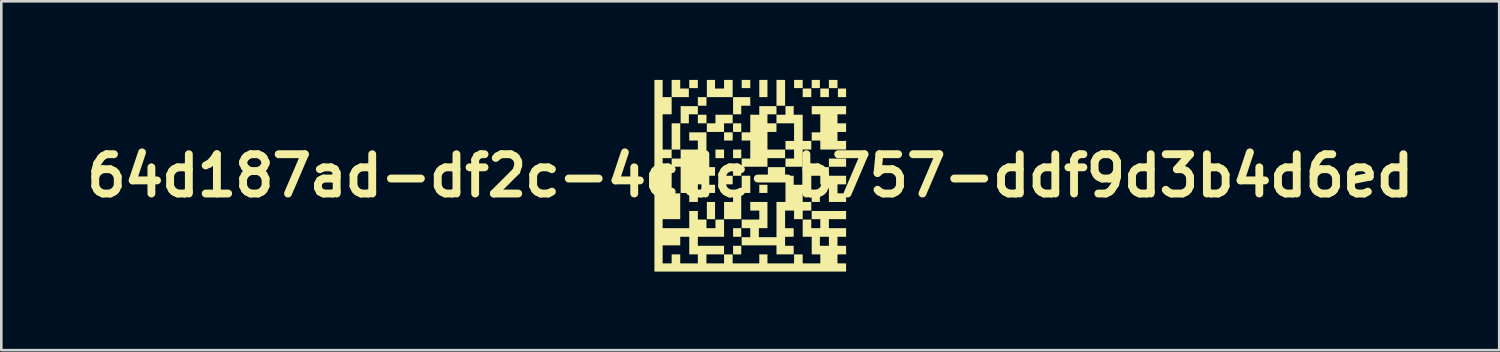
<source format=kicad_pcb>
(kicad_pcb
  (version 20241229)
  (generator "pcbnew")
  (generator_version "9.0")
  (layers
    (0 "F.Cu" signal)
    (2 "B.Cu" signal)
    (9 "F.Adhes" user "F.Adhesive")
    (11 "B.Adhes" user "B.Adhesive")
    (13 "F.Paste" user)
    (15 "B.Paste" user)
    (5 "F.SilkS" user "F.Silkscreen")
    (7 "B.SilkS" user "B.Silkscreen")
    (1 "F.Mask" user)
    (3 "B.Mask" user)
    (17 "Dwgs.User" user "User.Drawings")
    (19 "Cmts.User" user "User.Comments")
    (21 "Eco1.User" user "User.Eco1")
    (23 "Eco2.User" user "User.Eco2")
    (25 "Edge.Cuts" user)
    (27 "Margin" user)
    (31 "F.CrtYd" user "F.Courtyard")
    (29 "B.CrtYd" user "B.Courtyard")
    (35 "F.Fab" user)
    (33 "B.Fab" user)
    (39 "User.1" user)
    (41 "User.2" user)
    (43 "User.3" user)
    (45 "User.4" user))
  (footprint "64d187ad-df2c-4cdc-b757-ddf9d3b4d6ed"
    (layer "F.Cu")
    (at 25.586 3.658)
    (property "Reference" "64d187ad-df2c-4cdc-b757-ddf9d3b4d6ed" (at 0 0 0) (layer "F.SilkS") (effects (font (size 1.5 1.5) (thickness 0.3))))
    (attr board_only exclude_from_pos_files exclude_from_bom)
    (fp_poly (pts (xy -2.001 -3.501) (xy -2.001 -3.345) (xy -2.165 -3.345) (xy -2.329 -3.345) (xy -2.329 -3.501) (xy -2.329 -3.658) (xy -2.165 -3.658) (xy -2.001 -3.658)) (stroke (width 0) (type solid)) (fill yes) (layer "F.SilkS"))
    (fp_poly (pts (xy -1.672 -2.837) (xy -1.672 -2.673) (xy -1.837 -2.673) (xy -2.001 -2.673) (xy -2.001 -2.837) (xy -2.001 -3.001) (xy -1.837 -3.001) (xy -1.672 -3.001)) (stroke (width 0) (type solid)) (fill yes) (layer "F.SilkS"))
    (fp_poly (pts (xy -1.672 -2.165) (xy -1.672 -2.001) (xy -1.837 -2.001) (xy -2.001 -2.001) (xy -2.001 -2.165) (xy -2.001 -2.329) (xy -1.837 -2.329) (xy -1.672 -2.329)) (stroke (width 0) (type solid)) (fill yes) (layer "F.SilkS"))
    (fp_poly (pts (xy -1.344 0.5) (xy -1.344 0.656) (xy -1.501 0.656) (xy -1.657 0.656) (xy -1.657 0.5) (xy -1.657 0.344) (xy -1.501 0.344) (xy -1.344 0.344)) (stroke (width 0) (type solid)) (fill yes) (layer "F.SilkS"))
    (fp_poly (pts (xy -1.344 1.329) (xy -1.344 1.657) (xy -1.501 1.657) (xy -1.657 1.657) (xy -1.657 1.329) (xy -1.657 1) (xy -1.501 1) (xy -1.344 1)) (stroke (width 0) (type solid)) (fill yes) (layer "F.SilkS"))
    (fp_poly (pts (xy -1 -0.836) (xy -1 -0.672) (xy -1.164 -0.672) (xy -1.329 -0.672) (xy -1.329 -0.836) (xy -1.329 -1) (xy -1.164 -1) (xy -1 -1)) (stroke (width 0) (type solid)) (fill yes) (layer "F.SilkS"))
    (fp_poly (pts (xy -0.672 -1.501) (xy -0.672 -1.344) (xy -0.836 -1.344) (xy -1 -1.344) (xy -1 -1.501) (xy -1 -1.657) (xy -0.836 -1.657) (xy -0.672 -1.657)) (stroke (width 0) (type solid)) (fill yes) (layer "F.SilkS"))
    (fp_poly (pts (xy -0.672 0.164) (xy -0.672 0.328) (xy -0.836 0.328) (xy -1 0.328) (xy -1 0.164) (xy -1 -0.000001) (xy -0.836 -0.000001) (xy -0.672 -0.000001)) (stroke (width 0) (type solid)) (fill yes) (layer "F.SilkS"))
    (fp_poly (pts (xy -0.344 -1.837) (xy -0.344 -1.672) (xy -0.5 -1.672) (xy -0.656 -1.672) (xy -0.656 -1.837) (xy -0.656 -2.001) (xy -0.5 -2.001) (xy -0.344 -2.001)) (stroke (width 0) (type solid)) (fill yes) (layer "F.SilkS"))
    (fp_poly (pts (xy -0.344 -0.836) (xy -0.344 -0.672) (xy -0.5 -0.672) (xy -0.656 -0.672) (xy -0.656 -0.836) (xy -0.656 -1) (xy -0.5 -1) (xy -0.344 -1)) (stroke (width 0) (type solid)) (fill yes) (layer "F.SilkS"))
    (fp_poly (pts (xy -0.344 -0.164) (xy -0.344 -0.000001) (xy -0.5 -0.000001) (xy -0.656 -0.000001) (xy -0.656 -0.164) (xy -0.656 -0.328) (xy -0.5 -0.328) (xy -0.344 -0.328)) (stroke (width 0) (type solid)) (fill yes) (layer "F.SilkS"))
    (fp_poly (pts (xy -0.344 2.165) (xy -0.344 2.329) (xy -0.5 2.329) (xy -0.656 2.329) (xy -0.656 2.165) (xy -0.656 2.001) (xy -0.5 2.001) (xy -0.344 2.001)) (stroke (width 0) (type solid)) (fill yes) (layer "F.SilkS"))
    (fp_poly (pts (xy -0.344 2.837) (xy -0.344 3.001) (xy -0.5 3.001) (xy -0.656 3.001) (xy -0.656 2.837) (xy -0.656 2.673) (xy -0.5 2.673) (xy -0.344 2.673)) (stroke (width 0) (type solid)) (fill yes) (layer "F.SilkS"))
    (fp_poly (pts (xy -0.000001 -3.501) (xy -0.000001 -3.345) (xy -0.164 -3.345) (xy -0.328 -3.345) (xy -0.328 -3.501) (xy -0.328 -3.658) (xy -0.164 -3.658) (xy -0.000001 -3.658)) (stroke (width 0) (type solid)) (fill yes) (layer "F.SilkS"))
    (fp_poly (pts (xy -0.000001 0.328) (xy -0.000001 0.656) (xy -0.164 0.656) (xy -0.328 0.656) (xy -0.328 0.328) (xy -0.328 -0.000001) (xy -0.164 -0.000001) (xy -0.000001 -0.000001)) (stroke (width 0) (type solid)) (fill yes) (layer "F.SilkS"))
    (fp_poly (pts (xy 0.656 -3.329) (xy 0.656 -3.001) (xy 0.5 -3.001) (xy 0.344 -3.001) (xy 0.344 -3.329) (xy 0.344 -3.658) (xy 0.5 -3.658) (xy 0.656 -3.658)) (stroke (width 0) (type solid)) (fill yes) (layer "F.SilkS"))
    (fp_poly (pts (xy 0.656 0.5) (xy 0.656 0.656) (xy 0.5 0.656) (xy 0.344 0.656) (xy 0.344 0.5) (xy 0.344 0.344) (xy 0.5 0.344) (xy 0.656 0.344)) (stroke (width 0) (type solid)) (fill yes) (layer "F.SilkS"))
    (fp_poly (pts (xy 1.329 -3.165) (xy 1.329 -2.673) (xy 1.164 -2.673) (xy 1 -2.673) (xy 1 -3.165) (xy 1 -3.658) (xy 1.164 -3.658) (xy 1.329 -3.658)) (stroke (width 0) (type solid)) (fill yes) (layer "F.SilkS"))
    (fp_poly (pts (xy 1.329 -0.164) (xy 1.329 -0.000001) (xy 1 -0.000001) (xy 0.672 -0.000001) (xy 0.672 -0.164) (xy 0.672 -0.328) (xy 1 -0.328) (xy 1.329 -0.328)) (stroke (width 0) (type solid)) (fill yes) (layer "F.SilkS"))
    (fp_poly (pts (xy 2.001 -3.501) (xy 2.001 -3.345) (xy 1.837 -3.345) (xy 1.672 -3.345) (xy 1.672 -3.501) (xy 1.672 -3.658) (xy 1.837 -3.658) (xy 2.001 -3.658)) (stroke (width 0) (type solid)) (fill yes) (layer "F.SilkS"))
    (fp_poly (pts (xy 2.329 -3.165) (xy 2.329 -3.001) (xy 2.165 -3.001) (xy 2.001 -3.001) (xy 2.001 -3.165) (xy 2.001 -3.329) (xy 2.165 -3.329) (xy 2.329 -3.329)) (stroke (width 0) (type solid)) (fill yes) (layer "F.SilkS"))
    (fp_poly (pts (xy 2.657 -3.501) (xy 2.657 -3.345) (xy 2.501 -3.345) (xy 2.345 -3.345) (xy 2.345 -3.501) (xy 2.345 -3.658) (xy 2.501 -3.658) (xy 2.657 -3.658)) (stroke (width 0) (type solid)) (fill yes) (layer "F.SilkS"))
    (fp_poly (pts (xy 2.657 0.836) (xy 2.657 1) (xy 2.501 1) (xy 2.345 1) (xy 2.345 0.836) (xy 2.345 0.672) (xy 2.501 0.672) (xy 2.657 0.672)) (stroke (width 0) (type solid)) (fill yes) (layer "F.SilkS"))
    (fp_poly (pts (xy 3.001 -3.165) (xy 3.001 -3.001) (xy 2.837 -3.001) (xy 2.673 -3.001) (xy 2.673 -3.165) (xy 2.673 -3.329) (xy 2.837 -3.329) (xy 3.001 -3.329)) (stroke (width 0) (type solid)) (fill yes) (layer "F.SilkS"))
    (fp_poly (pts (xy 3.329 -3.501) (xy 3.329 -3.345) (xy 3.165 -3.345) (xy 3.001 -3.345) (xy 3.001 -3.501) (xy 3.001 -3.658) (xy 3.165 -3.658) (xy 3.329 -3.658)) (stroke (width 0) (type solid)) (fill yes) (layer "F.SilkS"))
    (fp_poly (pts (xy 3.658 -3.165) (xy 3.658 -3.001) (xy 3.501 -3.001) (xy 3.345 -3.001) (xy 3.345 -3.165) (xy 3.345 -3.329) (xy 3.501 -3.329) (xy 3.658 -3.329)) (stroke (width 0) (type solid)) (fill yes) (layer "F.SilkS"))
    (fp_poly (pts (xy 3.658 -0.5) (xy 3.658 -0.344) (xy 3.329 -0.344) (xy 3.001 -0.344) (xy 3.001 -0.5) (xy 3.001 -0.656) (xy 3.329 -0.656) (xy 3.658 -0.656)) (stroke (width 0) (type solid)) (fill yes) (layer "F.SilkS"))
    (fp_poly (pts (xy -2.001 -2.501) (xy -2.001 -2.345) (xy -2.173 -2.345) (xy -2.345 -2.345) (xy -2.345 -2.173) (xy -2.345 -2.001) (xy -2.501 -2.001) (xy -2.657 -2.001) (xy -2.657 -2.329) (xy -2.657 -2.657) (xy -2.329 -2.657) (xy -2.001 -2.657)) (stroke (width 0) (type solid)) (fill yes) (layer "F.SilkS"))
    (fp_poly (pts (xy -0.344 1.164) (xy -0.344 1.657) (xy -0.672 1.657) (xy -1 1.657) (xy -1 1.329) (xy -1 1) (xy -0.828 1) (xy -0.656 1) (xy -0.656 0.836) (xy -0.656 0.672) (xy -0.5 0.672) (xy -0.344 0.672)) (stroke (width 0) (type solid)) (fill yes) (layer "F.SilkS"))
    (fp_poly (pts (xy -0.000001 -2.837) (xy -0.000001 -2.673) (xy -0.172 -2.673) (xy -0.344 -2.673) (xy -0.344 -2.509) (xy -0.344 -2.345) (xy -0.5 -2.345) (xy -0.656 -2.345) (xy -0.656 -2.673) (xy -0.656 -3.001) (xy -0.328 -3.001) (xy -0.000001 -3.001)) (stroke (width 0) (type solid)) (fill yes) (layer "F.SilkS"))
    (fp_poly (pts (xy -1.344 -3.493) (xy -1.344 -3.329) (xy -1.172 -3.329) (xy -1 -3.329) (xy -1 -3.493) (xy -1 -3.658) (xy -0.836 -3.658) (xy -0.672 -3.658) (xy -0.672 -3.329) (xy -0.672 -3.001) (xy -1.164 -3.001) (xy -1.657 -3.001) (xy -1.657 -3.329) (xy -1.657 -3.658) (xy -1.501 -3.658) (xy -1.344 -3.658)) (stroke (width 0) (type solid)) (fill yes) (layer "F.SilkS"))
    (fp_poly (pts (xy -0.672 -2.165) (xy -0.672 -2.001) (xy -0.836 -2.001) (xy -1 -2.001) (xy -1 -1.837) (xy -1 -1.672) (xy -1.329 -1.672) (xy -1.657 -1.672) (xy -1.657 -1.837) (xy -1.657 -2.001) (xy -1.493 -2.001) (xy -1.329 -2.001) (xy -1.329 -2.165) (xy -1.329 -2.329) (xy -1 -2.329) (xy -0.672 -2.329)) (stroke (width 0) (type solid)) (fill yes) (layer "F.SilkS"))
    (fp_poly (pts (xy 3.658 -2.501) (xy 3.658 -2.345) (xy 3.493 -2.345) (xy 3.329 -2.345) (xy 3.329 -2.173) (xy 3.329 -2.001) (xy 3.493 -2.001) (xy 3.658 -2.001) (xy 3.658 -1.837) (xy 3.658 -1.672) (xy 3.493 -1.672) (xy 3.329 -1.672) (xy 3.329 -1.501) (xy 3.329 -1.329) (xy 3.493 -1.329) (xy 3.658 -1.329) (xy 3.658 -1.164) (xy 3.658 -1) (xy 3.165 -1) (xy 2.673 -1) (xy 2.673 -1.172) (xy 2.673 -1.344) (xy 2.509 -1.344) (xy 2.345 -1.344) (xy 2.345 -1.501) (xy 2.345 -1.657) (xy 2.509 -1.657) (xy 2.673 -1.657) (xy 2.673 -2.001) (xy 2.673 -2.345) (xy 2.509 -2.345) (xy 2.345 -2.345) (xy 2.345 -2.501) (xy 2.345 -2.657) (xy 3.001 -2.657) (xy 3.658 -2.657)) (stroke (width 0) (type solid)) (fill yes) (layer "F.SilkS"))
    (fp_poly (pts (xy -1.672 -0.993) (xy -1.672 -0.328) (xy -1.508 -0.328) (xy -1.344 -0.328) (xy -1.344 -0.164) (xy -1.344 -0.000001) (xy -1.508 -0.000001) (xy -1.672 -0.000001) (xy -1.672 0.164) (xy -1.672 0.328) (xy -1.837 0.328) (xy -2.001 0.328) (xy -2.001 0.664) (xy -2.001 1) (xy -2.165 1) (xy -2.329 1) (xy -2.329 0.828) (xy -2.329 0.656) (xy -2.493 0.656) (xy -2.657 0.656) (xy -2.657 0.156) (xy -2.657 -0.344) (xy -2.829 -0.344) (xy -3.001 -0.344) (xy -3.001 -0.5) (xy -3.001 -0.656) (xy -2.829 -0.656) (xy -2.657 -0.656) (xy -2.657 -0.828) (xy -2.657 -1) (xy -2.329 -1) (xy -2.001 -1) (xy -2.001 -1.172) (xy -2.001 -1.344) (xy -2.165 -1.344) (xy -2.329 -1.344) (xy -2.329 -1.501) (xy -2.329 -1.657) (xy -2.001 -1.657) (xy -1.672 -1.657)) (stroke (width 0) (type solid)) (fill yes) (layer "F.SilkS"))
    (fp_poly (pts (xy 1 -2.501) (xy 1 -2.345) (xy 0.828 -2.345) (xy 0.656 -2.345) (xy 0.656 -2.173) (xy 0.656 -2.001) (xy 0.828 -2.001) (xy 1 -2.001) (xy 1 -2.165) (xy 1 -2.329) (xy 1.172 -2.329) (xy 1.344 -2.329) (xy 1.344 -2.493) (xy 1.344 -2.657) (xy 1.501 -2.657) (xy 1.657 -2.657) (xy 1.657 -2.493) (xy 1.657 -2.329) (xy 1.829 -2.329) (xy 2.001 -2.329) (xy 2.001 -1.829) (xy 2.001 -1.329) (xy 2.165 -1.329) (xy 2.329 -1.329) (xy 2.329 -1.164) (xy 2.329 -1) (xy 2.165 -1) (xy 2.001 -1) (xy 2.001 -0.672) (xy 2.001 -0.344) (xy 1.672 -0.344) (xy 1.344 -0.344) (xy 1.344 -0.5) (xy 1.344 -0.656) (xy 1.508 -0.656) (xy 1.672 -0.656) (xy 1.672 -0.828) (xy 1.672 -1) (xy 1.508 -1) (xy 1.344 -1) (xy 1.344 -1.164) (xy 1.344 -1.329) (xy 1.508 -1.329) (xy 1.672 -1.329) (xy 1.672 -1.665) (xy 1.672 -2.001) (xy 1.336 -2.001) (xy 1 -2.001) (xy 1 -1.837) (xy 1 -1.672) (xy 0.828 -1.672) (xy 0.656 -1.672) (xy 0.656 -1.336) (xy 0.656 -1) (xy 0.993 -1) (xy 1.329 -1) (xy 1.329 -0.836) (xy 1.329 -0.672) (xy 0.993 -0.672) (xy 0.656 -0.672) (xy 0.656 -0.508) (xy 0.656 -0.344) (xy 0.164 -0.344) (xy -0.328 -0.344) (xy -0.328 -0.5) (xy -0.328 -0.656) (xy -0.164 -0.656) (xy -0.000001 -0.656) (xy -0.000001 -1) (xy -0.000001 -1.344) (xy -0.164 -1.344) (xy -0.328 -1.344) (xy -0.328 -1.501) (xy -0.328 -1.657) (xy -0.164 -1.657) (xy -0.000001 -1.657) (xy -0.000001 -1.993) (xy -0.000001 -2.329) (xy 0.172 -2.329) (xy 0.344 -2.329) (xy 0.344 -2.493) (xy 0.344 -2.657) (xy 0.672 -2.657) (xy 1 -2.657)) (stroke (width 0) (type solid)) (fill yes) (layer "F.SilkS"))
    (fp_poly (pts (xy 3.001 -0.164) (xy 3.001 -0.000001) (xy 3.329 -0.000001) (xy 3.658 -0.000001) (xy 3.658 0.164) (xy 3.658 0.328) (xy 3.493 0.328) (xy 3.329 0.328) (xy 3.329 0.5) (xy 3.329 0.672) (xy 3.493 0.672) (xy 3.658 0.672) (xy 3.658 0.836) (xy 3.658 1) (xy 3.329 1) (xy 3.001 1) (xy 3.001 0.664) (xy 3.001 0.328) (xy 2.837 0.328) (xy 2.673 0.328) (xy 2.673 0.164) (xy 2.673 -0.000001) (xy 2.501 -0.000001) (xy 2.329 -0.000001) (xy 2.329 0.328) (xy 2.329 0.656) (xy 2.165 0.656) (xy 2.001 0.656) (xy 2.001 0.828) (xy 2.001 1) (xy 2.165 1) (xy 2.329 1) (xy 2.329 1.164) (xy 2.329 1.329) (xy 2.165 1.329) (xy 2.001 1.329) (xy 2.001 1.493) (xy 2.001 1.657) (xy 1.837 1.657) (xy 1.672 1.657) (xy 1.672 1.493) (xy 1.672 1.329) (xy 1.501 1.329) (xy 1.329 1.329) (xy 1.329 1.665) (xy 1.329 2.001) (xy 1.493 2.001) (xy 1.657 2.001) (xy 1.657 2.165) (xy 1.657 2.329) (xy 1.493 2.329) (xy 1.329 2.329) (xy 1.329 2.501) (xy 1.329 2.673) (xy 1.493 2.673) (xy 1.657 2.673) (xy 1.657 2.837) (xy 1.657 3.001) (xy 1.329 3.001) (xy 1 3.001) (xy 1 2.829) (xy 1 2.657) (xy 0.336 2.657) (xy -0.328 2.657) (xy -0.328 2.501) (xy -0.328 2.345) (xy -0.164 2.345) (xy -0.000001 2.345) (xy -0.000001 2.173) (xy -0.000001 2.001) (xy -0.164 2.001) (xy -0.328 2.001) (xy -0.328 1.837) (xy -0.328 1.672) (xy 0.008 1.672) (xy 0.344 1.672) (xy 0.344 1.501) (xy 0.344 1.329) (xy 0.172 1.329) (xy -0.000001 1.329) (xy -0.000001 1.164) (xy -0.000001 1) (xy 0.328 1) (xy 0.656 1) (xy 0.656 1.501) (xy 0.656 2.001) (xy 0.492 2.001) (xy 0.328 2.001) (xy 0.328 2.173) (xy 0.328 2.345) (xy 0.664 2.345) (xy 1 2.345) (xy 1 1.672) (xy 1 1) (xy 1.172 1) (xy 1.344 1) (xy 1.344 0.5) (xy 1.344 -0.000001) (xy 1.501 -0.000001) (xy 1.657 -0.000001) (xy 1.657 0.172) (xy 1.657 0.344) (xy 1.829 0.344) (xy 2.001 0.344) (xy 2.001 0.008) (xy 2.001 -0.328) (xy 2.501 -0.328) (xy 3.001 -0.328)) (stroke (width 0) (type solid)) (fill yes) (layer "F.SilkS"))
    (fp_poly (pts (xy -3.345 -3.329) (xy -3.345 -3.001) (xy -3.173 -3.001) (xy -3.001 -3.001) (xy -3.001 -3.329) (xy -3.001 -3.658) (xy -2.837 -3.658) (xy -2.673 -3.658) (xy -2.673 -3.493) (xy -2.673 -3.329) (xy -2.509 -3.329) (xy -2.345 -3.329) (xy -2.345 -3.165) (xy -2.345 -3.001) (xy -2.673 -3.001) (xy -3.001 -3.001) (xy -3.001 -2.673) (xy -3.001 -2.345) (xy -3.173 -2.345) (xy -3.345 -2.345) (xy -3.345 -1.672) (xy -3.345 -1) (xy -3.173 -1) (xy -3.001 -1) (xy -3.001 -1.501) (xy -3.001 -2.001) (xy -2.837 -2.001) (xy -2.673 -2.001) (xy -2.673 -1.501) (xy -2.673 -1) (xy -2.837 -1) (xy -3.001 -1) (xy -3.001 -0.836) (xy -3.001 -0.672) (xy -3.173 -0.672) (xy -3.345 -0.672) (xy -3.345 -0.5) (xy -3.345 -0.328) (xy -3.173 -0.328) (xy -3.001 -0.328) (xy -3.001 0.172) (xy -3.001 0.672) (xy -2.837 0.672) (xy -2.673 0.672) (xy -2.673 1.164) (xy -2.673 1.657) (xy -3.009 1.657) (xy -3.345 1.657) (xy -3.345 1.829) (xy -3.345 2.001) (xy -2.837 2.001) (xy -2.329 2.001) (xy -2.329 1.672) (xy -2.329 1.344) (xy -2.165 1.344) (xy -2.001 1.344) (xy -2.001 1.508) (xy -2.001 1.672) (xy -1.837 1.672) (xy -1.672 1.672) (xy -1.672 1.837) (xy -1.672 2.001) (xy -1.501 2.001) (xy -1.329 2.001) (xy -1.329 1.837) (xy -1.329 1.672) (xy -1.164 1.672) (xy -1 1.672) (xy -1 2.001) (xy -1 2.329) (xy -1.501 2.329) (xy -2.001 2.329) (xy -2.001 2.501) (xy -2.001 2.673) (xy -1.501 2.673) (xy -1 2.673) (xy -1 2.837) (xy -1 3.001) (xy -1.336 3.001) (xy -1.672 3.001) (xy -1.672 3.173) (xy -1.672 3.345) (xy -1.336 3.345) (xy -1 3.345) (xy -1 3.173) (xy -1 3.001) (xy -0.836 3.001) (xy -0.672 3.001) (xy -0.672 3.173) (xy -0.672 3.345) (xy -0.164 3.345) (xy 0.344 3.345) (xy 0.344 3.173) (xy 0.344 3.001) (xy 0.5 3.001) (xy 0.656 3.001) (xy 0.656 3.173) (xy 0.656 3.345) (xy 1.164 3.345) (xy 1.672 3.345) (xy 1.672 3.173) (xy 1.672 3.001) (xy 1.837 3.001) (xy 2.001 3.001) (xy 2.001 3.173) (xy 2.001 3.345) (xy 2.337 3.345) (xy 2.673 3.345) (xy 2.673 3.173) (xy 2.673 3.001) (xy 2.509 3.001) (xy 2.345 3.001) (xy 2.345 2.665) (xy 2.345 2.501) (xy 2.657 2.501) (xy 2.657 2.673) (xy 2.829 2.673) (xy 3.001 2.673) (xy 3.001 2.501) (xy 3.001 2.329) (xy 2.829 2.329) (xy 2.657 2.329) (xy 2.657 2.501) (xy 2.345 2.501) (xy 2.345 2.329) (xy 2.173 2.329) (xy 2.001 2.329) (xy 2.001 2.001) (xy 2.001 1.672) (xy 2.165 1.672) (xy 2.329 1.672) (xy 2.329 1.837) (xy 2.329 2.001) (xy 2.501 2.001) (xy 2.673 2.001) (xy 2.673 1.829) (xy 2.673 1.657) (xy 2.509 1.657) (xy 2.345 1.657) (xy 2.345 1.501) (xy 2.345 1.344) (xy 3.001 1.344) (xy 3.658 1.344) (xy 3.658 1.501) (xy 3.658 1.657) (xy 3.329 1.657) (xy 3.001 1.657) (xy 3.001 1.829) (xy 3.001 2.001) (xy 3.329 2.001) (xy 3.658 2.001) (xy 3.658 2.165) (xy 3.658 2.329) (xy 3.493 2.329) (xy 3.329 2.329) (xy 3.329 2.501) (xy 3.329 2.673) (xy 3.493 2.673) (xy 3.658 2.673) (xy 3.658 2.837) (xy 3.658 3.001) (xy 3.493 3.001) (xy 3.329 3.001) (xy 3.329 3.173) (xy 3.329 3.345) (xy 3.493 3.345) (xy 3.658 3.345) (xy 3.658 3.501) (xy 3.658 3.658) (xy -0.000001 3.658) (xy -3.658 3.658) (xy -3.658 2.657) (xy -3.345 2.657) (xy -3.345 3.001) (xy -3.345 3.345) (xy -3.173 3.345) (xy -3.001 3.345) (xy -3.001 3.173) (xy -3.001 3.001) (xy -2.837 3.001) (xy -2.673 3.001) (xy -2.673 3.173) (xy -2.673 3.345) (xy -2.337 3.345) (xy -2.001 3.345) (xy -2.001 3.173) (xy -2.001 3.001) (xy -2.165 3.001) (xy -2.329 3.001) (xy -2.329 2.665) (xy -2.329 2.329) (xy -2.501 2.329) (xy -2.673 2.329) (xy -2.673 2.493) (xy -2.673 2.657) (xy -3.009 2.657) (xy -3.345 2.657) (xy -3.658 2.657) (xy -3.658 -0.000001) (xy -3.658 -3.658) (xy -3.501 -3.658) (xy -3.345 -3.658)) (stroke (width 0) (type solid)) (fill yes) (layer "F.SilkS")))
  (gr_rect
    (start -3 -3)
    (end 54.171 10.315)
    (stroke (width 0.1) (type default))
    (fill no)
    (layer "Edge.Cuts")))
</source>
